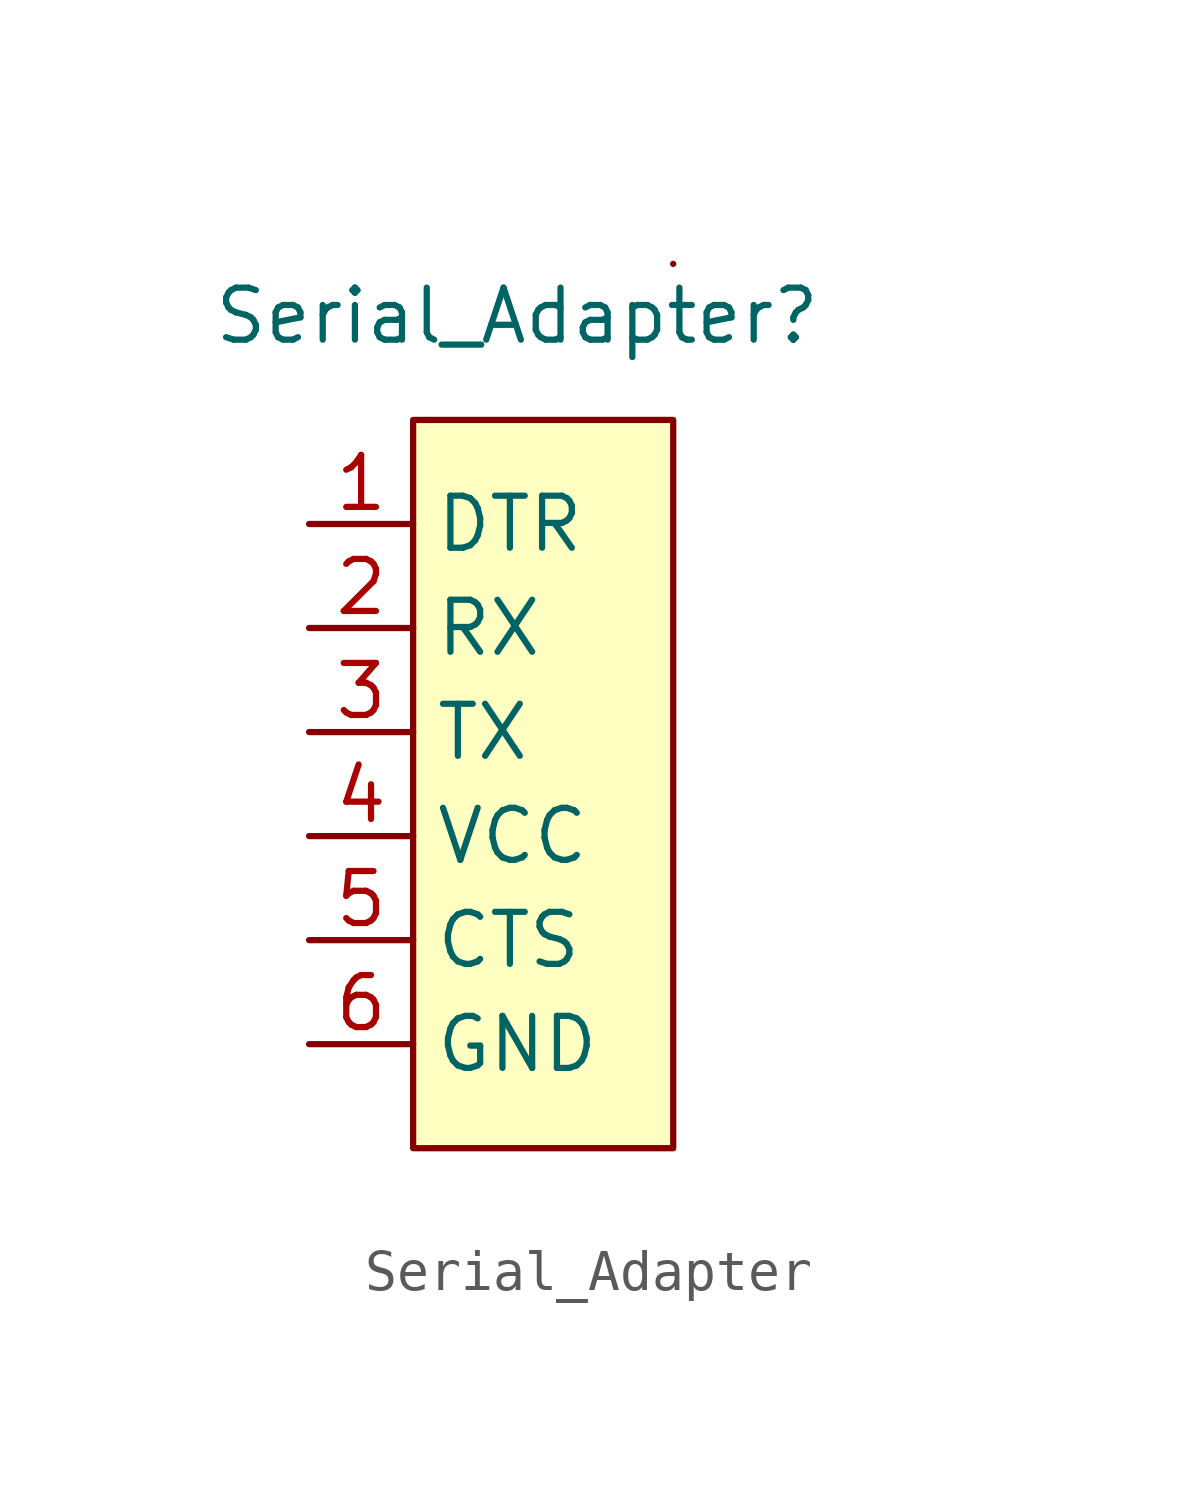
<source format=kicad_sym>
(kicad_symbol_lib
  (version 20220914)
  (generator kicad_symbol_editor)
  (symbol "Serial_Adapter"
    (property "Reference" "Serial_Adapter"
      (at -10.16 -1.27 0)
      (effects (font (size 1.27 1.27))))
    (property "Value" ""
      (at 0 0 0)
      (effects (font (size 1.27 1.27))))
    (symbol "Serial_Adapter_0_1"
      (rectangle (start -6.35 0) (end -6.35 0) (stroke (width 0) (type default)) (fill (type none))))
    (symbol "Serial_Adapter_1_1"
      (rectangle (start -12.7 -3.81) (end -6.35 -21.59) (stroke (width 0) (type default)) (fill (type background)))
      (pin passive line (at -15.24 -6.35 0) (length 2.54) (name "DTR" (effects (font (size 1.27 1.27)))) (number "1" (effects (font (size 1.27 1.27)))))
      (pin passive line (at -15.24 -8.89 0) (length 2.54) (name "RX" (effects (font (size 1.27 1.27)))) (number "2" (effects (font (size 1.27 1.27)))))
      (pin passive line (at -15.24 -11.43 0) (length 2.54) (name "TX" (effects (font (size 1.27 1.27)))) (number "3" (effects (font (size 1.27 1.27)))))
      (pin passive line (at -15.24 -13.97 0) (length 2.54) (name "VCC" (effects (font (size 1.27 1.27)))) (number "4" (effects (font (size 1.27 1.27)))))
      (pin passive line (at -15.24 -16.51 0) (length 2.54) (name "CTS" (effects (font (size 1.27 1.27)))) (number "5" (effects (font (size 1.27 1.27)))))
      (pin passive line (at -15.24 -19.05 0) (length 2.54) (name "GND" (effects (font (size 1.27 1.27)))) (number "6" (effects (font (size 1.27 1.27))))))))
</source>
